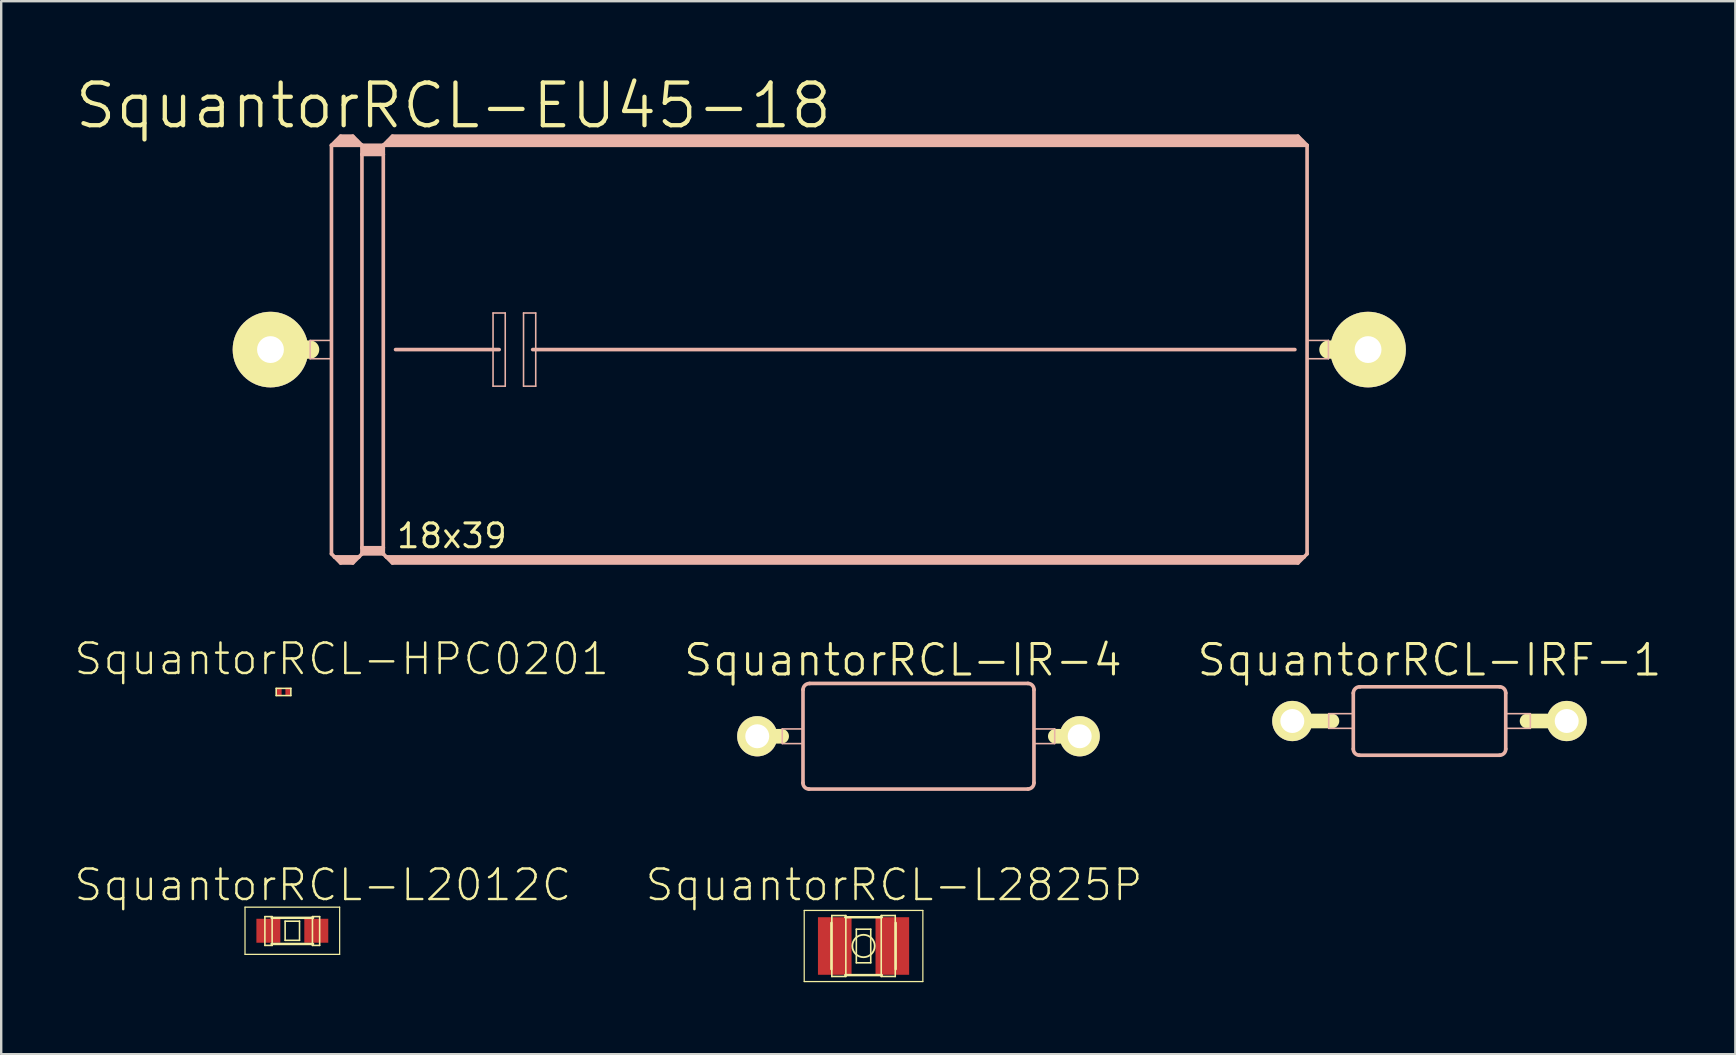
<source format=kicad_pcb>
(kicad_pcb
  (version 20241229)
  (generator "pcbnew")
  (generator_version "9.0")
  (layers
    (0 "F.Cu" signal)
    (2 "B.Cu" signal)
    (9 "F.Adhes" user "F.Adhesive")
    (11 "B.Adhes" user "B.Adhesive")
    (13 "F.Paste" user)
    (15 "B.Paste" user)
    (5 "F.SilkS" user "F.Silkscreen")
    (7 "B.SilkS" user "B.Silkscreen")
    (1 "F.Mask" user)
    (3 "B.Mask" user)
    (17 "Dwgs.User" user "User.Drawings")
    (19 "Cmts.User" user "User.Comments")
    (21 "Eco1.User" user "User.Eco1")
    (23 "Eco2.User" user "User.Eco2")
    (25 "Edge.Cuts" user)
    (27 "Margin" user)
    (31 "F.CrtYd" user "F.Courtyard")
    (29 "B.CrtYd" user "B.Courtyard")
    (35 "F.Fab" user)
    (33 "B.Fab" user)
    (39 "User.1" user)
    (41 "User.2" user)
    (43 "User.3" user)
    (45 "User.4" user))
  (footprint "SquantorRCL-EU45-18"
    (layer "F.Cu")
    (at 31.077 11.512)
    (property "Reference" "SquantorRCL-EU45-18" (at -15.24 -10.16 0) (layer "F.SilkS") (effects (font (size 1.778 1.778) (thickness 0.178))))
    (attr exclude_from_pos_files exclude_from_bom)
    (fp_line (start -22.86 0) (end -21.209 0) (stroke (width 0.762) (type solid)) (layer "F.SilkS"))
    (fp_line (start 22.86 0) (end 21.209 0) (stroke (width 0.762) (type solid)) (layer "F.SilkS"))
    (fp_line (start -21.209 -0.381) (end -20.32 -0.381) (stroke (width 0.066) (type solid)) (layer "B.SilkS"))
    (fp_line (start -21.209 0.381) (end -21.209 -0.381) (stroke (width 0.066) (type solid)) (layer "B.SilkS"))
    (fp_line (start -21.209 0.381) (end -20.32 0.381) (stroke (width 0.066) (type solid)) (layer "B.SilkS"))
    (fp_line (start -20.32 -8.509) (end -20.32 8.509) (stroke (width 0.152) (type solid)) (layer "B.SilkS"))
    (fp_line (start -20.32 -8.509) (end -19.939 -8.89) (stroke (width 0.152) (type solid)) (layer "B.SilkS"))
    (fp_line (start -20.32 -8.509) (end -19.05 -8.509) (stroke (width 0.152) (type solid)) (layer "B.SilkS"))
    (fp_line (start -20.32 0.381) (end -20.32 -0.381) (stroke (width 0.066) (type solid)) (layer "B.SilkS"))
    (fp_line (start -20.32 8.509) (end -20.193 8.636) (stroke (width 0.152) (type solid)) (layer "B.SilkS"))
    (fp_line (start -20.193 8.636) (end -19.939 8.89) (stroke (width 0.152) (type solid)) (layer "B.SilkS"))
    (fp_line (start -20.193 8.636) (end -19.177 8.636) (stroke (width 0.152) (type solid)) (layer "B.SilkS"))
    (fp_line (start -20.066 -8.636) (end -19.304 -8.636) (stroke (width 0.305) (type solid)) (layer "B.SilkS"))
    (fp_line (start -19.939 -8.89) (end -19.431 -8.89) (stroke (width 0.152) (type solid)) (layer "B.SilkS"))
    (fp_line (start -19.939 -8.76) (end -19.431 -8.76) (stroke (width 0.305) (type solid)) (layer "B.SilkS"))
    (fp_line (start -19.939 8.76) (end -19.431 8.76) (stroke (width 0.254) (type solid)) (layer "B.SilkS"))
    (fp_line (start -19.939 8.89) (end -19.431 8.89) (stroke (width 0.152) (type solid)) (layer "B.SilkS"))
    (fp_line (start -19.177 8.636) (end -19.431 8.89) (stroke (width 0.152) (type solid)) (layer "B.SilkS"))
    (fp_line (start -19.05 -8.509) (end -19.431 -8.89) (stroke (width 0.152) (type solid)) (layer "B.SilkS"))
    (fp_line (start -19.05 -8.509) (end -19.05 -8.128) (stroke (width 0.152) (type solid)) (layer "B.SilkS"))
    (fp_line (start -19.05 -8.509) (end -18.161 -8.509) (stroke (width 0.152) (type solid)) (layer "B.SilkS"))
    (fp_line (start -19.05 -8.128) (end -18.161 -8.128) (stroke (width 0.152) (type solid)) (layer "B.SilkS"))
    (fp_line (start -19.05 8.255) (end -19.05 -8.128) (stroke (width 0.152) (type solid)) (layer "B.SilkS"))
    (fp_line (start -19.05 8.255) (end -18.161 8.255) (stroke (width 0.152) (type solid)) (layer "B.SilkS"))
    (fp_line (start -19.05 8.509) (end -19.177 8.636) (stroke (width 0.152) (type solid)) (layer "B.SilkS"))
    (fp_line (start -19.05 8.509) (end -19.05 8.255) (stroke (width 0.152) (type solid)) (layer "B.SilkS"))
    (fp_line (start -19.05 8.509) (end -18.161 8.509) (stroke (width 0.152) (type solid)) (layer "B.SilkS"))
    (fp_line (start -18.923 -8.382) (end -18.288 -8.382) (stroke (width 0.305) (type solid)) (layer "B.SilkS"))
    (fp_line (start -18.923 -8.255) (end -18.288 -8.255) (stroke (width 0.305) (type solid)) (layer "B.SilkS"))
    (fp_line (start -18.923 8.382) (end -18.288 8.382) (stroke (width 0.254) (type solid)) (layer "B.SilkS"))
    (fp_line (start -18.161 -8.509) (end -18.161 -8.128) (stroke (width 0.152) (type solid)) (layer "B.SilkS"))
    (fp_line (start -18.161 -8.509) (end 20.32 -8.509) (stroke (width 0.152) (type solid)) (layer "B.SilkS"))
    (fp_line (start -18.161 -8.128) (end -18.161 8.255) (stroke (width 0.152) (type solid)) (layer "B.SilkS"))
    (fp_line (start -18.161 8.255) (end -18.161 8.509) (stroke (width 0.152) (type solid)) (layer "B.SilkS"))
    (fp_line (start -18.034 8.636) (end -18.161 8.509) (stroke (width 0.152) (type solid)) (layer "B.SilkS"))
    (fp_line (start -18.034 8.636) (end 20.193 8.636) (stroke (width 0.152) (type solid)) (layer "B.SilkS"))
    (fp_line (start -17.907 -8.636) (end 20.066 -8.636) (stroke (width 0.305) (type solid)) (layer "B.SilkS"))
    (fp_line (start -17.78 -8.89) (end -18.161 -8.509) (stroke (width 0.152) (type solid)) (layer "B.SilkS"))
    (fp_line (start -17.78 -8.89) (end 19.939 -8.89) (stroke (width 0.152) (type solid)) (layer "B.SilkS"))
    (fp_line (start -17.78 -8.76) (end 19.939 -8.76) (stroke (width 0.305) (type solid)) (layer "B.SilkS"))
    (fp_line (start -17.78 8.76) (end 19.939 8.76) (stroke (width 0.254) (type solid)) (layer "B.SilkS"))
    (fp_line (start -17.78 8.89) (end -18.034 8.636) (stroke (width 0.152) (type solid)) (layer "B.SilkS"))
    (fp_line (start -17.78 8.89) (end 19.939 8.89) (stroke (width 0.152) (type solid)) (layer "B.SilkS"))
    (fp_line (start -17.65 0) (end -13.335 0) (stroke (width 0.152) (type solid)) (layer "B.SilkS"))
    (fp_line (start -13.589 -1.524) (end -13.081 -1.524) (stroke (width 0.066) (type solid)) (layer "B.SilkS"))
    (fp_line (start -13.589 1.524) (end -13.589 -1.524) (stroke (width 0.066) (type solid)) (layer "B.SilkS"))
    (fp_line (start -13.589 1.524) (end -13.081 1.524) (stroke (width 0.066) (type solid)) (layer "B.SilkS"))
    (fp_line (start -13.081 1.524) (end -13.081 -1.524) (stroke (width 0.066) (type solid)) (layer "B.SilkS"))
    (fp_line (start -12.319 -1.524) (end -11.811 -1.524) (stroke (width 0.066) (type solid)) (layer "B.SilkS"))
    (fp_line (start -12.319 1.524) (end -12.319 -1.524) (stroke (width 0.066) (type solid)) (layer "B.SilkS"))
    (fp_line (start -12.319 1.524) (end -11.811 1.524) (stroke (width 0.066) (type solid)) (layer "B.SilkS"))
    (fp_line (start -11.938 0) (end 19.812 0) (stroke (width 0.152) (type solid)) (layer "B.SilkS"))
    (fp_line (start -11.811 1.524) (end -11.811 -1.524) (stroke (width 0.066) (type solid)) (layer "B.SilkS"))
    (fp_line (start 19.939 -8.89) (end 20.32 -8.509) (stroke (width 0.152) (type solid)) (layer "B.SilkS"))
    (fp_line (start 19.939 8.89) (end 20.193 8.636) (stroke (width 0.152) (type solid)) (layer "B.SilkS"))
    (fp_line (start 20.193 8.636) (end 20.32 8.509) (stroke (width 0.152) (type solid)) (layer "B.SilkS"))
    (fp_line (start 20.32 -8.509) (end 20.32 8.509) (stroke (width 0.152) (type solid)) (layer "B.SilkS"))
    (fp_line (start 20.32 -0.381) (end 21.209 -0.381) (stroke (width 0.066) (type solid)) (layer "B.SilkS"))
    (fp_line (start 20.32 0.381) (end 20.32 -0.381) (stroke (width 0.066) (type solid)) (layer "B.SilkS"))
    (fp_line (start 20.32 0.381) (end 21.209 0.381) (stroke (width 0.066) (type solid)) (layer "B.SilkS"))
    (fp_line (start 21.209 0.381) (end 21.209 -0.381) (stroke (width 0.066) (type solid)) (layer "B.SilkS"))
    (fp_text user "18x39" (at -15.303 7.76 0) (layer "F.SilkS") (effects (font (size 0.991 0.991) (thickness 0.127))))
    (pad "1" thru_hole circle (at -22.86 0) (size 3.15 3.15) (drill 1.118) (layers "*.Cu" "F.Mask" "F.SilkS" "F.Paste"))
    (pad "2" thru_hole circle (at 22.86 0) (size 3.15 3.15) (drill 1.118) (layers "*.Cu" "F.Mask" "F.SilkS" "F.Paste")))
  (footprint "SquantorRCL-IR-4"
    (layer "F.Cu")
    (at 35.197 27.619)
    (property "Reference" "SquantorRCL-IR-4" (at -0.635 -3.175 0) (layer "F.SilkS") (effects (font (size 1.27 1.27) (thickness 0.127))))
    (attr exclude_from_pos_files exclude_from_bom)
    (fp_line (start -6.703 0) (end -5.687 0) (stroke (width 0.61) (type solid)) (layer "F.SilkS"))
    (fp_line (start 6.728 0) (end 5.712 0) (stroke (width 0.61) (type solid)) (layer "F.SilkS"))
    (fp_line (start -5.662 -0.305) (end -4.798 -0.305) (stroke (width 0.066) (type solid)) (layer "B.SilkS"))
    (fp_line (start -5.662 0.305) (end -5.662 -0.305) (stroke (width 0.066) (type solid)) (layer "B.SilkS"))
    (fp_line (start -5.662 0.305) (end -4.798 0.305) (stroke (width 0.066) (type solid)) (layer "B.SilkS"))
    (fp_line (start -4.798 0.305) (end -4.798 -0.305) (stroke (width 0.066) (type solid)) (layer "B.SilkS"))
    (fp_line (start -4.798 1.938) (end -4.798 -1.938) (stroke (width 0.152) (type solid)) (layer "B.SilkS"))
    (fp_line (start 4.575 -2.2) (end -4.524 -2.2) (stroke (width 0.152) (type solid)) (layer "B.SilkS"))
    (fp_line (start 4.575 2.2) (end -4.549 2.2) (stroke (width 0.152) (type solid)) (layer "B.SilkS"))
    (fp_line (start 4.823 -0.305) (end 5.687 -0.305) (stroke (width 0.066) (type solid)) (layer "B.SilkS"))
    (fp_line (start 4.823 0.305) (end 4.823 -0.305) (stroke (width 0.066) (type solid)) (layer "B.SilkS"))
    (fp_line (start 4.823 0.305) (end 5.687 0.305) (stroke (width 0.066) (type solid)) (layer "B.SilkS"))
    (fp_line (start 4.823 1.938) (end 4.823 -1.938) (stroke (width 0.152) (type solid)) (layer "B.SilkS"))
    (fp_line (start 5.687 0.305) (end 5.687 -0.305) (stroke (width 0.066) (type solid)) (layer "B.SilkS"))
    (fp_arc (start -4.79806 -1.93802) (mid -4.714557 -2.124374) (end -4.52374 -2.1971) (stroke (width 0.1524) (type solid)) (layer "B.SilkS"))
    (fp_arc (start -4.54914 2.19964) (mid -4.729053 2.120909) (end -4.8006 1.93802) (stroke (width 0.1524) (type solid)) (layer "B.SilkS"))
    (fp_arc (start 4.57454 -2.19964) (mid 4.754453 -2.120909) (end 4.826 -1.93802) (stroke (width 0.1524) (type solid)) (layer "B.SilkS"))
    (fp_arc (start 4.82346 1.93802) (mid 4.752657 2.119113) (end 4.57454 2.1971) (stroke (width 0.1524) (type solid)) (layer "B.SilkS"))
    (pad "1" thru_hole circle (at -6.703 0) (size 1.676 1.676) (drill 0.998) (layers "*.Cu" "F.Mask" "F.SilkS" "F.Paste"))
    (pad "2" thru_hole circle (at 6.728 0) (size 1.676 1.676) (drill 0.998) (layers "*.Cu" "F.Mask" "F.SilkS" "F.Paste")))
  (footprint "SquantorRCL-L2825P"
    (layer "F.Cu")
    (at 32.921 36.356)
    (property "Reference" "SquantorRCL-L2825P" (at 1.27 -2.54 0) (layer "F.SilkS") (effects (font (size 1.27 1.27) (thickness 0.102))))
    (attr smd)
    (fp_line (start -2.471 -1.481) (end 2.471 -1.481) (stroke (width 0.051) (type solid)) (layer "F.SilkS"))
    (fp_line (start -2.471 1.481) (end -2.471 -1.481) (stroke (width 0.051) (type solid)) (layer "F.SilkS"))
    (fp_line (start -1.339 -0.963) (end -1.339 0.963) (stroke (width 0.102) (type solid)) (layer "F.SilkS"))
    (fp_line (start -1.321 -1.27) (end -0.737 -1.27) (stroke (width 0.066) (type solid)) (layer "F.SilkS"))
    (fp_line (start -1.321 1.27) (end -1.321 -1.27) (stroke (width 0.066) (type solid)) (layer "F.SilkS"))
    (fp_line (start -1.321 1.27) (end -0.737 1.27) (stroke (width 0.066) (type solid)) (layer "F.SilkS"))
    (fp_line (start -0.762 -1.199) (end 0.762 -1.199) (stroke (width 0.102) (type solid)) (layer "F.SilkS"))
    (fp_line (start -0.762 1.212) (end 0.762 1.212) (stroke (width 0.102) (type solid)) (layer "F.SilkS"))
    (fp_line (start -0.737 1.27) (end -0.737 -1.27) (stroke (width 0.066) (type solid)) (layer "F.SilkS"))
    (fp_line (start -0.3 -0.699) (end 0.3 -0.699) (stroke (width 0.066) (type solid)) (layer "F.SilkS"))
    (fp_line (start -0.3 0.699) (end -0.3 -0.699) (stroke (width 0.066) (type solid)) (layer "F.SilkS"))
    (fp_line (start -0.3 0.699) (end 0.3 0.699) (stroke (width 0.066) (type solid)) (layer "F.SilkS"))
    (fp_line (start 0.3 0.699) (end 0.3 -0.699) (stroke (width 0.066) (type solid)) (layer "F.SilkS"))
    (fp_line (start 0.737 -1.27) (end 1.321 -1.27) (stroke (width 0.066) (type solid)) (layer "F.SilkS"))
    (fp_line (start 0.737 1.27) (end 0.737 -1.27) (stroke (width 0.066) (type solid)) (layer "F.SilkS"))
    (fp_line (start 0.737 1.27) (end 1.321 1.27) (stroke (width 0.066) (type solid)) (layer "F.SilkS"))
    (fp_line (start 1.321 1.27) (end 1.321 -1.27) (stroke (width 0.066) (type solid)) (layer "F.SilkS"))
    (fp_line (start 1.339 0.963) (end 1.339 -0.963) (stroke (width 0.102) (type solid)) (layer "F.SilkS"))
    (fp_line (start 2.471 -1.481) (end 2.471 1.481) (stroke (width 0.051) (type solid)) (layer "F.SilkS"))
    (fp_line (start 2.471 1.481) (end -2.471 1.481) (stroke (width 0.051) (type solid)) (layer "F.SilkS"))
    (fp_circle (center 0 0) (end -0.33 0.33) (stroke (width 0.076) (type solid)) (fill no) (layer "F.SilkS"))
    (pad "1" smd rect (at -1.199 0) (size 1.4 2.398) (layers "F.Cu" "F.Mask" "F.Paste"))
    (pad "2" smd rect (at 1.199 0) (size 1.4 2.398) (layers "F.Cu" "F.Mask" "F.Paste")))
  (footprint "SquantorRCL-HPC0201"
    (layer "F.Cu")
    (at 8.76 25.774)
    (property "Reference" "SquantorRCL-HPC0201" (at 2.423 -1.374 0) (layer "F.SilkS") (effects (font (size 1.27 1.27) (thickness 0.102))))
    (attr smd)
    (fp_line (start -0.305 -0.15) (end 0.305 -0.15) (stroke (width 0.066) (type solid)) (layer "F.SilkS"))
    (fp_line (start -0.305 0.15) (end -0.305 -0.15) (stroke (width 0.066) (type solid)) (layer "F.SilkS"))
    (fp_line (start -0.305 0.15) (end 0.305 0.15) (stroke (width 0.066) (type solid)) (layer "F.SilkS"))
    (fp_line (start 0.305 0.15) (end 0.305 -0.15) (stroke (width 0.066) (type solid)) (layer "F.SilkS"))
    (pad "1" smd rect (at -0.178 0) (size 0.198 0.348) (layers "F.Cu" "F.Mask" "F.Paste"))
    (pad "2" smd rect (at 0.178 0) (size 0.198 0.348) (layers "F.Cu" "F.Mask" "F.Paste")))
  (footprint "SquantorRCL-L2012C"
    (layer "F.Cu")
    (at 9.127 35.721)
    (property "Reference" "SquantorRCL-L2012C" (at 1.27 -1.905 0) (layer "F.SilkS") (effects (font (size 1.27 1.27) (thickness 0.102))))
    (attr smd)
    (fp_line (start -1.971 -0.983) (end 1.971 -0.983) (stroke (width 0.051) (type solid)) (layer "F.SilkS"))
    (fp_line (start -1.971 0.983) (end -1.971 -0.983) (stroke (width 0.051) (type solid)) (layer "F.SilkS"))
    (fp_line (start -1.143 -0.589) (end -0.841 -0.589) (stroke (width 0.066) (type solid)) (layer "F.SilkS"))
    (fp_line (start -1.143 0.61) (end -1.143 -0.589) (stroke (width 0.066) (type solid)) (layer "F.SilkS"))
    (fp_line (start -1.143 0.61) (end -0.841 0.61) (stroke (width 0.066) (type solid)) (layer "F.SilkS"))
    (fp_line (start -0.864 -0.538) (end 0.864 -0.538) (stroke (width 0.102) (type solid)) (layer "F.SilkS"))
    (fp_line (start -0.864 0.551) (end 0.864 0.551) (stroke (width 0.102) (type solid)) (layer "F.SilkS"))
    (fp_line (start -0.841 0.61) (end -0.841 -0.589) (stroke (width 0.066) (type solid)) (layer "F.SilkS"))
    (fp_line (start -0.3 -0.399) (end 0.3 -0.399) (stroke (width 0.066) (type solid)) (layer "F.SilkS"))
    (fp_line (start -0.3 0.399) (end -0.3 -0.399) (stroke (width 0.066) (type solid)) (layer "F.SilkS"))
    (fp_line (start -0.3 0.399) (end 0.3 0.399) (stroke (width 0.066) (type solid)) (layer "F.SilkS"))
    (fp_line (start 0.3 0.399) (end 0.3 -0.399) (stroke (width 0.066) (type solid)) (layer "F.SilkS"))
    (fp_line (start 0.838 -0.589) (end 1.138 -0.589) (stroke (width 0.066) (type solid)) (layer "F.SilkS"))
    (fp_line (start 0.838 0.61) (end 0.838 -0.589) (stroke (width 0.066) (type solid)) (layer "F.SilkS"))
    (fp_line (start 0.838 0.61) (end 1.138 0.61) (stroke (width 0.066) (type solid)) (layer "F.SilkS"))
    (fp_line (start 1.138 0.61) (end 1.138 -0.589) (stroke (width 0.066) (type solid)) (layer "F.SilkS"))
    (fp_line (start 1.971 -0.983) (end 1.971 0.983) (stroke (width 0.051) (type solid)) (layer "F.SilkS"))
    (fp_line (start 1.971 0.983) (end -1.971 0.983) (stroke (width 0.051) (type solid)) (layer "F.SilkS"))
    (pad "1" smd rect (at -0.998 0) (size 0.998 0.998) (layers "F.Cu" "F.Mask" "F.Paste"))
    (pad "2" smd rect (at 0.998 0) (size 0.998 0.998) (layers "F.Cu" "F.Mask" "F.Paste")))
  (footprint "SquantorRCL-IRF-1"
    (layer "F.Cu")
    (at 56.497 26.984)
    (property "Reference" "SquantorRCL-IRF-1" (at 0 -2.54 0) (layer "F.SilkS") (effects (font (size 1.27 1.27) (thickness 0.127))))
    (attr exclude_from_pos_files exclude_from_bom)
    (fp_line (start -5.715 0) (end -4.064 0) (stroke (width 0.61) (type solid)) (layer "F.SilkS"))
    (fp_line (start 5.715 0) (end 4.064 0) (stroke (width 0.61) (type solid)) (layer "F.SilkS"))
    (fp_line (start -4.199 -0.305) (end -3.175 -0.305) (stroke (width 0.066) (type solid)) (layer "B.SilkS"))
    (fp_line (start -4.199 0.305) (end -4.199 -0.305) (stroke (width 0.066) (type solid)) (layer "B.SilkS"))
    (fp_line (start -4.199 0.305) (end -3.175 0.305) (stroke (width 0.066) (type solid)) (layer "B.SilkS"))
    (fp_line (start -3.175 0.305) (end -3.175 -0.305) (stroke (width 0.066) (type solid)) (layer "B.SilkS"))
    (fp_line (start -3.175 1.163) (end -3.175 -1.163) (stroke (width 0.152) (type solid)) (layer "B.SilkS"))
    (fp_line (start 2.924 -1.425) (end -2.898 -1.425) (stroke (width 0.152) (type solid)) (layer "B.SilkS"))
    (fp_line (start 2.924 1.425) (end -2.924 1.425) (stroke (width 0.152) (type solid)) (layer "B.SilkS"))
    (fp_line (start 3.175 -0.305) (end 4.199 -0.305) (stroke (width 0.066) (type solid)) (layer "B.SilkS"))
    (fp_line (start 3.175 0.305) (end 3.175 -0.305) (stroke (width 0.066) (type solid)) (layer "B.SilkS"))
    (fp_line (start 3.175 0.305) (end 4.199 0.305) (stroke (width 0.066) (type solid)) (layer "B.SilkS"))
    (fp_line (start 3.175 1.163) (end 3.175 -1.163) (stroke (width 0.152) (type solid)) (layer "B.SilkS"))
    (fp_line (start 4.199 0.305) (end 4.199 -0.305) (stroke (width 0.066) (type solid)) (layer "B.SilkS"))
    (fp_arc (start -3.175 -1.16332) (mid -3.090753 -1.35147) (end -2.89814 -1.42494) (stroke (width 0.1524) (type solid)) (layer "B.SilkS"))
    (fp_arc (start -2.92354 1.42494) (mid -3.103453 1.346209) (end -3.175 1.16332) (stroke (width 0.1524) (type solid)) (layer "B.SilkS"))
    (fp_arc (start 2.92354 -1.42494) (mid 3.103453 -1.346209) (end 3.175 -1.16332) (stroke (width 0.1524) (type solid)) (layer "B.SilkS"))
    (fp_arc (start 3.175 1.16332) (mid 3.103453 1.346209) (end 2.92354 1.42494) (stroke (width 0.1524) (type solid)) (layer "B.SilkS"))
    (pad "1" thru_hole circle (at -5.715 0) (size 1.676 1.676) (drill 0.998) (layers "*.Cu" "F.Mask" "F.SilkS" "F.Paste"))
    (pad "2" thru_hole circle (at 5.715 0) (size 1.676 1.676) (drill 0.998) (layers "*.Cu" "F.Mask" "F.SilkS" "F.Paste")))
  (gr_rect
    (start -3 -3)
    (end 69.237 40.863)
    (stroke (width 0.1) (type default))
    (fill no)
    (layer "Edge.Cuts")))
</source>
